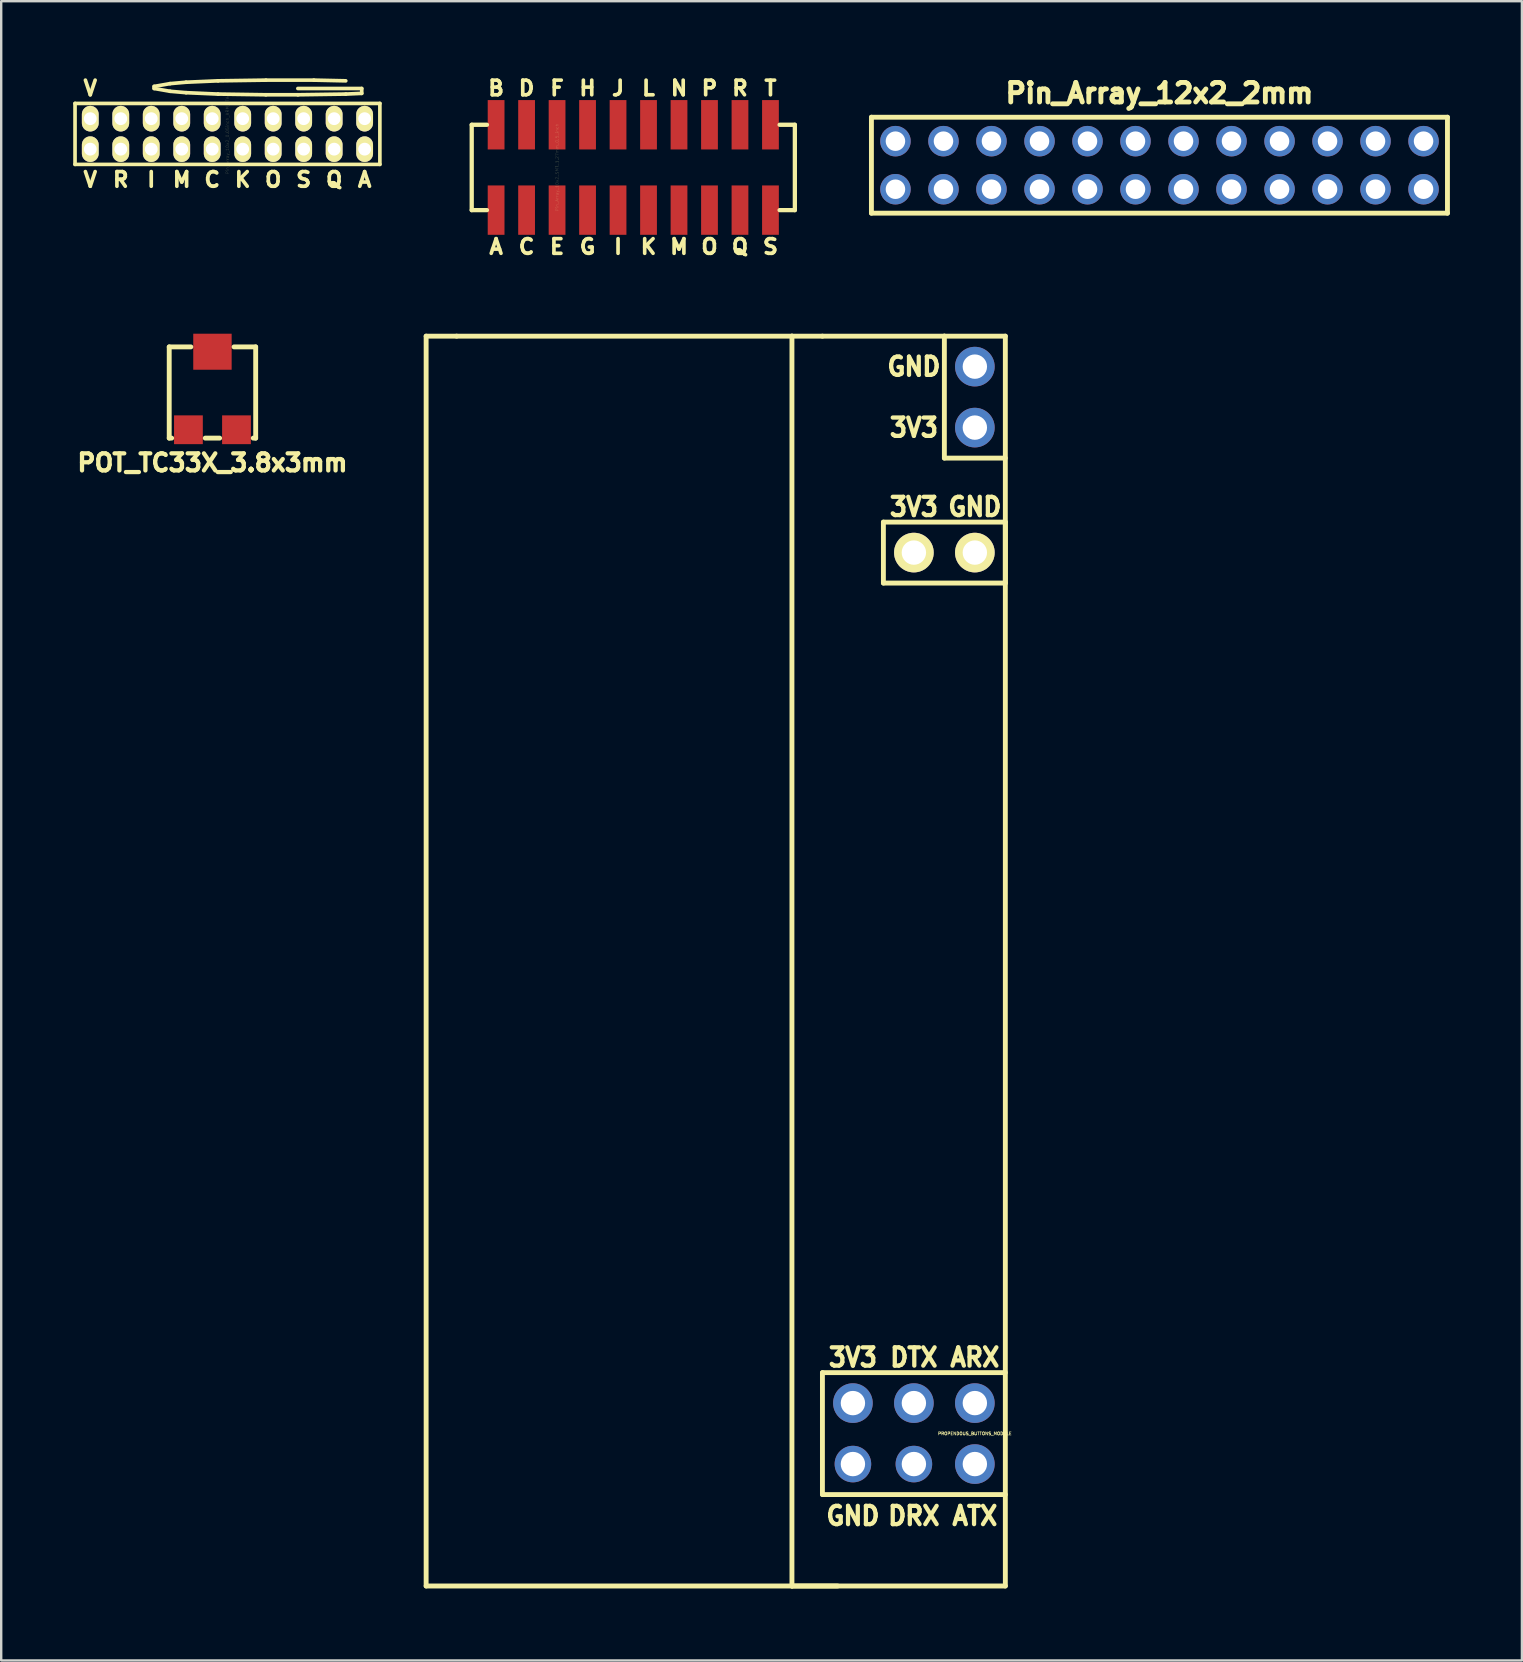
<source format=kicad_pcb>
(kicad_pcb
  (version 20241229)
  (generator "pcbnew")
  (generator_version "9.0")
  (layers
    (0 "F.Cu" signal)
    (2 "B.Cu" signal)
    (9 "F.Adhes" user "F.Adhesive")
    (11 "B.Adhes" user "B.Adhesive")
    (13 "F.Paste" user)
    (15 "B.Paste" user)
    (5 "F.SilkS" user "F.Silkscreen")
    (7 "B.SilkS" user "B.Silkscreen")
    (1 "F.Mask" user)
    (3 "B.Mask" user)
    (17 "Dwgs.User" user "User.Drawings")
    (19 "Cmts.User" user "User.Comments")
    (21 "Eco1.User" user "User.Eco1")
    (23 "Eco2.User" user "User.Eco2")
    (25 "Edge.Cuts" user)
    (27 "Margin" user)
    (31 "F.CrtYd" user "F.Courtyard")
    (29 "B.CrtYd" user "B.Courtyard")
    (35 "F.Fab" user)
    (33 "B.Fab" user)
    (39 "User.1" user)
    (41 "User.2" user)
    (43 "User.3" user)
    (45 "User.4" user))
  (footprint "Pin_Array_10x2_0.05inch_ARM_JTAG"
    (layer "F.Cu")
    (at 6.426 2.529)
    (property "Reference" "Pin_Array_10x2_0.05inch_ARM_JTAG" (at 0 0 90) (layer "F.SilkS") (effects (font (size 0.127 0.127) (thickness 0.003))))
    (attr through_hole)
    (fp_line (start -6.35 -1.27) (end -6.35 1.27) (stroke (width 0.152) (type solid)) (layer "F.SilkS"))
    (fp_line (start -6.35 1.27) (end 6.35 1.27) (stroke (width 0.152) (type solid)) (layer "F.SilkS"))
    (fp_line (start 6.35 -1.27) (end -6.35 -1.27) (stroke (width 0.152) (type solid)) (layer "F.SilkS"))
    (fp_line (start 6.35 1.27) (end 6.35 -1.27) (stroke (width 0.152) (type solid)) (layer "F.SilkS"))
    (fp_text user "K" (at 0.635 1.905 0) (layer "F.SilkS") (effects (font (size 0.61 0.61) (thickness 0.152))))
    (fp_text user "V" (at -5.715 1.905 0) (layer "F.SilkS") (effects (font (size 0.61 0.61) (thickness 0.152))))
    (fp_text user "V" (at -5.715 -1.905 0) (layer "F.SilkS") (effects (font (size 0.61 0.61) (thickness 0.152))))
    (fp_text user "S" (at 3.175 1.905 0) (layer "F.SilkS") (effects (font (size 0.61 0.61) (thickness 0.152))))
    (fp_text user "R" (at -4.445 1.905 0) (layer "F.SilkS") (effects (font (size 0.61 0.61) (thickness 0.152))))
    (fp_text user "M" (at -1.905 1.905 0) (layer "F.SilkS") (effects (font (size 0.61 0.61) (thickness 0.152))))
    (fp_text user "O" (at 1.905 1.905 0) (layer "F.SilkS") (effects (font (size 0.61 0.61) (thickness 0.152))))
    (fp_text user "C" (at -0.635 1.905 0) (layer "F.SilkS") (effects (font (size 0.61 0.61) (thickness 0.152))))
    (fp_text user "I" (at -3.175 1.905 0) (layer "F.SilkS") (effects (font (size 0.61 0.61) (thickness 0.152))))
    (fp_text user "A" (at 5.715 1.905 0) (layer "F.SilkS") (effects (font (size 0.61 0.61) (thickness 0.152))))
    (fp_text user "Q" (at 4.445 1.905 0) (layer "F.SilkS") (effects (font (size 0.61 0.61) (thickness 0.152))))
    (fp_text user "G" (at 1.27 -1.905 0) (layer "F.SilkS") (effects (font (size 0.61 13.97) (thickness 0.152))))
    (pad "1" thru_hole oval (at -5.715 0.635) (size 0.699 1.067) (drill 0.533) (layers "*.Cu" "*.Mask" "F.SilkS"))
    (pad "2" thru_hole oval (at -5.715 -0.635) (size 0.699 1.067) (drill 0.533) (layers "*.Cu" "*.Mask" "F.SilkS"))
    (pad "3" thru_hole oval (at -4.445 0.635) (size 0.699 1.067) (drill 0.533) (layers "*.Cu" "*.Mask" "F.SilkS"))
    (pad "4" thru_hole oval (at -4.445 -0.635) (size 0.699 1.067) (drill 0.533) (layers "*.Cu" "*.Mask" "F.SilkS"))
    (pad "5" thru_hole oval (at -3.175 0.635) (size 0.699 1.067) (drill 0.533) (layers "*.Cu" "*.Mask" "F.SilkS"))
    (pad "6" thru_hole oval (at -3.175 -0.635) (size 0.699 1.067) (drill 0.533) (layers "*.Cu" "*.Mask" "F.SilkS"))
    (pad "7" thru_hole oval (at -1.905 0.635) (size 0.699 1.067) (drill 0.533) (layers "*.Cu" "*.Mask" "F.SilkS"))
    (pad "8" thru_hole oval (at -1.905 -0.635) (size 0.699 1.067) (drill 0.533) (layers "*.Cu" "*.Mask" "F.SilkS"))
    (pad "9" thru_hole oval (at -0.635 0.635) (size 0.699 1.067) (drill 0.533) (layers "*.Cu" "*.Mask" "F.SilkS"))
    (pad "10" thru_hole oval (at -0.635 -0.635) (size 0.699 1.067) (drill 0.533) (layers "*.Cu" "*.Mask" "F.SilkS"))
    (pad "11" thru_hole oval (at 0.635 0.635) (size 0.699 1.067) (drill 0.533) (layers "*.Cu" "*.Mask" "F.SilkS"))
    (pad "12" thru_hole oval (at 0.635 -0.635) (size 0.699 1.067) (drill 0.533) (layers "*.Cu" "*.Mask" "F.SilkS"))
    (pad "13" thru_hole oval (at 1.905 0.635) (size 0.699 1.067) (drill 0.533) (layers "*.Cu" "*.Mask" "F.SilkS"))
    (pad "14" thru_hole oval (at 1.905 -0.635) (size 0.699 1.067) (drill 0.533) (layers "*.Cu" "*.Mask" "F.SilkS"))
    (pad "15" thru_hole oval (at 3.175 0.635) (size 0.699 1.067) (drill 0.533) (layers "*.Cu" "*.Mask" "F.SilkS"))
    (pad "16" thru_hole oval (at 3.175 -0.635) (size 0.699 1.067) (drill 0.533) (layers "*.Cu" "*.Mask" "F.SilkS"))
    (pad "17" thru_hole oval (at 4.445 0.635) (size 0.699 1.067) (drill 0.533) (layers "*.Cu" "*.Mask" "F.SilkS"))
    (pad "18" thru_hole oval (at 4.445 -0.635) (size 0.699 1.067) (drill 0.533) (layers "*.Cu" "*.Mask" "F.SilkS"))
    (pad "19" thru_hole oval (at 5.715 0.635) (size 0.699 1.067) (drill 0.533) (layers "*.Cu" "*.Mask" "F.SilkS"))
    (pad "20" thru_hole oval (at 5.715 -0.635) (size 0.699 1.067) (drill 0.533) (layers "*.Cu" "*.Mask" "F.SilkS")))
  (footprint "PROPENDOUS_BUTTONS_MODULE"
    (layer "F.Cu")
    (at 37.563 56.674)
    (property "Reference" "PROPENDOUS_BUTTONS_MODULE" (at 0 0 0) (layer "F.SilkS") (effects (font (size 0.127 0.127) (thickness 0.025))))
    (attr through_hole)
    (fp_line (start -22.86 -45.72) (end -22.86 6.35) (stroke (width 0.203) (type solid)) (layer "F.SilkS"))
    (fp_line (start -22.86 6.35) (end -7.62 6.35) (stroke (width 0.203) (type solid)) (layer "F.SilkS"))
    (fp_line (start -21.59 -45.72) (end -22.86 -45.72) (stroke (width 0.203) (type solid)) (layer "F.SilkS"))
    (fp_line (start -21.59 -45.72) (end -7.62 -45.72) (stroke (width 0.203) (type solid)) (layer "F.SilkS"))
    (fp_line (start -7.62 -45.72) (end -7.62 6.35) (stroke (width 0.203) (type solid)) (layer "F.SilkS"))
    (fp_line (start -7.62 6.35) (end -5.715 6.35) (stroke (width 0.203) (type solid)) (layer "F.SilkS"))
    (fp_line (start -6.35 -45.72) (end -7.62 -45.72) (stroke (width 0.203) (type solid)) (layer "F.SilkS"))
    (fp_line (start -6.35 -45.72) (end -1.27 -45.72) (stroke (width 0.203) (type solid)) (layer "F.SilkS"))
    (fp_line (start -6.35 -2.54) (end -6.35 2.54) (stroke (width 0.203) (type solid)) (layer "F.SilkS"))
    (fp_line (start -6.35 -2.54) (end 1.27 -2.54) (stroke (width 0.203) (type solid)) (layer "F.SilkS"))
    (fp_line (start -6.35 2.54) (end 1.27 2.54) (stroke (width 0.203) (type solid)) (layer "F.SilkS"))
    (fp_line (start -3.81 -37.973) (end -3.81 -35.433) (stroke (width 0.203) (type solid)) (layer "F.SilkS"))
    (fp_line (start -3.81 -35.433) (end 1.27 -35.433) (stroke (width 0.203) (type solid)) (layer "F.SilkS"))
    (fp_line (start -1.27 -45.72) (end -1.27 -40.64) (stroke (width 0.203) (type solid)) (layer "F.SilkS"))
    (fp_line (start -1.27 -45.72) (end 1.27 -45.72) (stroke (width 0.203) (type solid)) (layer "F.SilkS"))
    (fp_line (start -1.27 -40.64) (end 1.27 -40.64) (stroke (width 0.203) (type solid)) (layer "F.SilkS"))
    (fp_line (start 1.27 -45.72) (end 1.27 6.35) (stroke (width 0.203) (type solid)) (layer "F.SilkS"))
    (fp_line (start 1.27 -37.973) (end -3.81 -37.973) (stroke (width 0.203) (type solid)) (layer "F.SilkS"))
    (fp_line (start 1.27 -35.433) (end 1.27 -37.973) (stroke (width 0.203) (type solid)) (layer "F.SilkS"))
    (fp_line (start 1.27 6.35) (end -7.62 6.35) (stroke (width 0.203) (type solid)) (layer "F.SilkS"))
    (fp_text user "ARX" (at 0 -3.175 0) (layer "F.SilkS") (effects (font (size 0.762 0.711) (thickness 0.178))))
    (fp_text user "GND" (at 0 -38.608 0) (layer "F.SilkS") (effects (font (size 0.762 0.711) (thickness 0.178))))
    (fp_text user "GND" (at -5.08 3.429 0) (layer "F.SilkS") (effects (font (size 0.762 0.711) (thickness 0.178))))
    (fp_text user "DRX" (at -2.54 3.429 0) (layer "F.SilkS") (effects (font (size 0.762 0.711) (thickness 0.178))))
    (fp_text user "3V3" (at -2.54 -41.91 0) (layer "F.SilkS") (effects (font (size 0.762 0.711) (thickness 0.178))))
    (fp_text user "3V3" (at -5.08 -3.175 0) (layer "F.SilkS") (effects (font (size 0.762 0.711) (thickness 0.178))))
    (fp_text user "GND" (at -2.54 -44.45 0) (layer "F.SilkS") (effects (font (size 0.762 0.711) (thickness 0.178))))
    (fp_text user "3V3" (at -2.54 -38.608 0) (layer "F.SilkS") (effects (font (size 0.762 0.711) (thickness 0.178))))
    (fp_text user "ATX" (at 0 3.429 0) (layer "F.SilkS") (effects (font (size 0.762 0.711) (thickness 0.178))))
    (fp_text user "DTX" (at -2.54 -3.175 0) (layer "F.SilkS") (effects (font (size 0.762 0.711) (thickness 0.178))))
    (pad "1" thru_hole circle (at -5.08 1.27) (size 1.524 1.524) (drill 1.016) (layers "*.Cu" "*.Mask"))
    (pad "1" thru_hole circle (at 0 -44.45) (size 1.651 1.651) (drill 1.016) (layers "*.Cu" "*.Mask"))
    (pad "1" thru_hole circle (at 0 -36.703) (size 1.651 1.651) (drill 1.016) (layers "*.Cu" "*.Mask" "F.SilkS"))
    (pad "2" thru_hole circle (at -5.08 -1.27) (size 1.651 1.651) (drill 1.016) (layers "*.Cu" "*.Mask"))
    (pad "2" thru_hole circle (at -2.54 -36.703) (size 1.651 1.651) (drill 1.016) (layers "*.Cu" "*.Mask" "F.SilkS"))
    (pad "2" thru_hole circle (at 0 -41.91) (size 1.651 1.651) (drill 1.016) (layers "*.Cu" "*.Mask"))
    (pad "3" thru_hole circle (at -2.54 1.27) (size 1.524 1.524) (drill 1.016) (layers "*.Cu" "*.Mask"))
    (pad "4" thru_hole circle (at -2.54 -1.27) (size 1.651 1.651) (drill 1.016) (layers "*.Cu" "*.Mask"))
    (pad "5" thru_hole circle (at 0 1.27) (size 1.651 1.651) (drill 1.016) (layers "*.Cu" "*.Mask"))
    (pad "6" thru_hole circle (at 0 -1.27) (size 1.651 1.651) (drill 1.016) (layers "*.Cu" "*.Mask")))
  (footprint "POT_TC33X_3.8x3mm"
    (layer "F.Cu")
    (at 5.801 13.053)
    (property "Reference" "POT_TC33X_3.8x3mm" (at 0 3.175 0) (layer "F.SilkS") (effects (font (size 0.711 0.711) (thickness 0.178))))
    (attr smd)
    (fp_line (start -1.801 -1.651) (end -1.801 2.149) (stroke (width 0.203) (type solid)) (layer "F.SilkS"))
    (fp_line (start -1.801 -1.651) (end -0.899 -1.651) (stroke (width 0.203) (type solid)) (layer "F.SilkS"))
    (fp_line (start -1.801 2.149) (end -1.699 2.149) (stroke (width 0.203) (type solid)) (layer "F.SilkS"))
    (fp_line (start -0.3 2.149) (end 0.3 2.149) (stroke (width 0.203) (type solid)) (layer "F.SilkS"))
    (fp_line (start 1.801 -1.651) (end 0.899 -1.651) (stroke (width 0.203) (type solid)) (layer "F.SilkS"))
    (fp_line (start 1.801 -1.651) (end 1.801 2.149) (stroke (width 0.203) (type solid)) (layer "F.SilkS"))
    (fp_line (start 1.801 2.149) (end 1.699 2.149) (stroke (width 0.203) (type solid)) (layer "F.SilkS"))
    (pad "1" smd rect (at -1.001 1.801) (size 1.199 1.199) (layers "F.Cu" "F.Mask" "F.Paste"))
    (pad "2" smd rect (at 0 -1.45) (size 1.6 1.501) (layers "F.Cu" "F.Mask" "F.Paste"))
    (pad "3" smd rect (at 1.001 1.801) (size 1.199 1.199) (layers "F.Cu" "F.Mask" "F.Paste")))
  (footprint "Pin_Array_12x2_2mm"
    (layer "F.Cu")
    (at 45.253 3.832)
    (property "Reference" "Pin_Array_12x2_2mm" (at 0 -3 0) (layer "F.SilkS") (effects (font (size 0.813 0.813) (thickness 0.203))))
    (attr through_hole)
    (fp_line (start -11.999 -1.999) (end 11.999 -1.999) (stroke (width 0.203) (type solid)) (layer "F.SilkS"))
    (fp_line (start -11.999 1.999) (end -11.999 -1.999) (stroke (width 0.203) (type solid)) (layer "F.SilkS"))
    (fp_line (start 11.999 -1.999) (end 11.999 1.999) (stroke (width 0.203) (type solid)) (layer "F.SilkS"))
    (fp_line (start 11.999 1.999) (end -11.999 1.999) (stroke (width 0.203) (type solid)) (layer "F.SilkS"))
    (pad "1" thru_hole circle (at -10.998 -1.001) (size 1.27 1.27) (drill 0.813) (layers "*.Cu" "*.Mask"))
    (pad "2" thru_hole circle (at -10.998 1.001) (size 1.27 1.27) (drill 0.813) (layers "*.Cu" "*.Mask"))
    (pad "3" thru_hole circle (at -8.997 -1.001) (size 1.27 1.27) (drill 0.813) (layers "*.Cu" "*.Mask"))
    (pad "4" thru_hole circle (at -8.997 1.001) (size 1.27 1.27) (drill 0.813) (layers "*.Cu" "*.Mask"))
    (pad "5" thru_hole circle (at -6.998 -1.001) (size 1.27 1.27) (drill 0.813) (layers "*.Cu" "*.Mask"))
    (pad "6" thru_hole circle (at -6.998 1.001) (size 1.27 1.27) (drill 0.813) (layers "*.Cu" "*.Mask"))
    (pad "7" thru_hole circle (at -4.996 -1.001) (size 1.27 1.27) (drill 0.813) (layers "*.Cu" "*.Mask"))
    (pad "8" thru_hole circle (at -4.996 1.001) (size 1.27 1.27) (drill 0.813) (layers "*.Cu" "*.Mask"))
    (pad "9" thru_hole circle (at -2.997 -1.001) (size 1.27 1.27) (drill 0.813) (layers "*.Cu" "*.Mask"))
    (pad "10" thru_hole circle (at -2.997 1.001) (size 1.27 1.27) (drill 0.813) (layers "*.Cu" "*.Mask"))
    (pad "11" thru_hole circle (at -0.998 -1.001) (size 1.27 1.27) (drill 0.813) (layers "*.Cu" "*.Mask"))
    (pad "12" thru_hole circle (at -0.998 1.001) (size 1.27 1.27) (drill 0.813) (layers "*.Cu" "*.Mask"))
    (pad "13" thru_hole circle (at 1.003 -1.001) (size 1.27 1.27) (drill 0.813) (layers "*.Cu" "*.Mask"))
    (pad "14" thru_hole circle (at 1.003 1.001) (size 1.27 1.27) (drill 0.813) (layers "*.Cu" "*.Mask"))
    (pad "15" thru_hole circle (at 3.002 -1.001) (size 1.27 1.27) (drill 0.813) (layers "*.Cu" "*.Mask"))
    (pad "16" thru_hole circle (at 3.002 1.001) (size 1.27 1.27) (drill 0.813) (layers "*.Cu" "*.Mask"))
    (pad "17" thru_hole circle (at 5.004 -1.001) (size 1.27 1.27) (drill 0.813) (layers "*.Cu" "*.Mask"))
    (pad "18" thru_hole circle (at 5.004 1.001) (size 1.27 1.27) (drill 0.813) (layers "*.Cu" "*.Mask"))
    (pad "19" thru_hole circle (at 7.003 -1.001) (size 1.27 1.27) (drill 0.813) (layers "*.Cu" "*.Mask"))
    (pad "20" thru_hole circle (at 7.003 1.001) (size 1.27 1.27) (drill 0.813) (layers "*.Cu" "*.Mask"))
    (pad "21" thru_hole circle (at 9.002 -1.001) (size 1.27 1.27) (drill 0.813) (layers "*.Cu" "*.Mask"))
    (pad "22" thru_hole circle (at 9.002 1.001) (size 1.27 1.27) (drill 0.813) (layers "*.Cu" "*.Mask"))
    (pad "23" thru_hole circle (at 11.003 -1.001) (size 1.27 1.27) (drill 0.813) (layers "*.Cu" "*.Mask"))
    (pad "24" thru_hole circle (at 11.003 1.001) (size 1.27 1.27) (drill 0.813) (layers "*.Cu" "*.Mask")))
  (footprint "Pin_Array_10x2_SMT_1.27mm_0.5_inch"
    (layer "F.Cu")
    (at 23.333 3.926)
    (property "Reference" "Pin_Array_10x2_SMT_1.27mm_0.5_inch" (at -3.175 0 90) (layer "F.SilkS") (effects (font (size 0.127 0.127) (thickness 0.003))))
    (attr smd)
    (fp_line (start -6.731 -1.778) (end -6.731 1.778) (stroke (width 0.178) (type solid)) (layer "F.SilkS"))
    (fp_line (start -6.731 1.778) (end -6.096 1.778) (stroke (width 0.178) (type solid)) (layer "F.SilkS"))
    (fp_line (start -6.096 -1.778) (end -6.731 -1.778) (stroke (width 0.178) (type solid)) (layer "F.SilkS"))
    (fp_line (start 6.096 -1.778) (end 6.731 -1.778) (stroke (width 0.178) (type solid)) (layer "F.SilkS"))
    (fp_line (start 6.731 -1.778) (end 6.731 1.778) (stroke (width 0.178) (type solid)) (layer "F.SilkS"))
    (fp_line (start 6.731 1.778) (end 6.096 1.778) (stroke (width 0.178) (type solid)) (layer "F.SilkS"))
    (fp_text user "Q" (at 4.445 3.302 0) (layer "F.SilkS") (effects (font (size 0.61 0.61) (thickness 0.152))))
    (fp_text user "T" (at 5.715 -3.302 0) (layer "F.SilkS") (effects (font (size 0.61 0.61) (thickness 0.152))))
    (fp_text user "F" (at -3.175 -3.302 0) (layer "F.SilkS") (effects (font (size 0.61 0.61) (thickness 0.152))))
    (fp_text user "P" (at 3.175 -3.302 0) (layer "F.SilkS") (effects (font (size 0.61 0.61) (thickness 0.152))))
    (fp_text user "L" (at 0.635 -3.302 0) (layer "F.SilkS") (effects (font (size 0.61 0.61) (thickness 0.152))))
    (fp_text user "I" (at -0.635 3.302 0) (layer "F.SilkS") (effects (font (size 0.61 0.61) (thickness 0.152))))
    (fp_text user "D" (at -4.445 -3.302 0) (layer "F.SilkS") (effects (font (size 0.61 0.61) (thickness 0.152))))
    (fp_text user "R" (at 4.445 -3.302 0) (layer "F.SilkS") (effects (font (size 0.61 0.61) (thickness 0.152))))
    (fp_text user "B" (at -5.715 -3.302 0) (layer "F.SilkS") (effects (font (size 0.61 0.61) (thickness 0.152))))
    (fp_text user "K" (at 0.635 3.302 0) (layer "F.SilkS") (effects (font (size 0.61 0.61) (thickness 0.152))))
    (fp_text user "G" (at -1.905 3.302 0) (layer "F.SilkS") (effects (font (size 0.61 0.61) (thickness 0.152))))
    (fp_text user "H" (at -1.905 -3.302 0) (layer "F.SilkS") (effects (font (size 0.61 0.61) (thickness 0.152))))
    (fp_text user "C" (at -4.445 3.302 0) (layer "F.SilkS") (effects (font (size 0.61 0.61) (thickness 0.152))))
    (fp_text user "M" (at 1.905 3.302 0) (layer "F.SilkS") (effects (font (size 0.61 0.61) (thickness 0.152))))
    (fp_text user "J" (at -0.635 -3.302 0) (layer "F.SilkS") (effects (font (size 0.61 0.61) (thickness 0.152))))
    (fp_text user "E" (at -3.175 3.302 0) (layer "F.SilkS") (effects (font (size 0.61 0.61) (thickness 0.152))))
    (fp_text user "N" (at 1.905 -3.302 0) (layer "F.SilkS") (effects (font (size 0.61 0.61) (thickness 0.152))))
    (fp_text user "O" (at 3.175 3.302 0) (layer "F.SilkS") (effects (font (size 0.61 0.61) (thickness 0.152))))
    (fp_text user "S" (at 5.715 3.302 0) (layer "F.SilkS") (effects (font (size 0.61 0.61) (thickness 0.152))))
    (fp_text user "A" (at -5.715 3.302 0) (layer "F.SilkS") (effects (font (size 0.61 0.61) (thickness 0.152))))
    (pad "1" smd rect (at -5.715 1.778) (size 0.699 2.057) (layers "F.Cu" "F.Mask" "F.Paste"))
    (pad "2" smd rect (at -5.715 -1.778) (size 0.699 2.057) (layers "F.Cu" "F.Mask" "F.Paste"))
    (pad "3" smd rect (at -4.445 1.778) (size 0.699 2.057) (layers "F.Cu" "F.Mask" "F.Paste"))
    (pad "4" smd rect (at -4.445 -1.778) (size 0.699 2.057) (layers "F.Cu" "F.Mask" "F.Paste"))
    (pad "5" smd rect (at -3.175 1.778) (size 0.699 2.057) (layers "F.Cu" "F.Mask" "F.Paste"))
    (pad "6" smd rect (at -3.175 -1.778) (size 0.699 2.057) (layers "F.Cu" "F.Mask" "F.Paste"))
    (pad "7" smd rect (at -1.905 1.778) (size 0.699 2.057) (layers "F.Cu" "F.Mask" "F.Paste"))
    (pad "8" smd rect (at -1.905 -1.778) (size 0.699 2.057) (layers "F.Cu" "F.Mask" "F.Paste"))
    (pad "9" smd rect (at -0.635 1.778) (size 0.699 2.057) (layers "F.Cu" "F.Mask" "F.Paste"))
    (pad "10" smd rect (at -0.635 -1.778) (size 0.699 2.057) (layers "F.Cu" "F.Mask" "F.Paste"))
    (pad "11" smd rect (at 0.635 1.778) (size 0.699 2.057) (layers "F.Cu" "F.Mask" "F.Paste"))
    (pad "12" smd rect (at 0.635 -1.778) (size 0.699 2.057) (layers "F.Cu" "F.Mask" "F.Paste"))
    (pad "13" smd rect (at 1.905 1.778) (size 0.699 2.057) (layers "F.Cu" "F.Mask" "F.Paste"))
    (pad "14" smd rect (at 1.905 -1.778) (size 0.699 2.057) (layers "F.Cu" "F.Mask" "F.Paste"))
    (pad "15" smd rect (at 3.175 1.778) (size 0.699 2.057) (layers "F.Cu" "F.Mask" "F.Paste"))
    (pad "16" smd rect (at 3.175 -1.778) (size 0.699 2.057) (layers "F.Cu" "F.Mask" "F.Paste"))
    (pad "17" smd rect (at 4.445 1.778) (size 0.699 2.057) (layers "F.Cu" "F.Mask" "F.Paste"))
    (pad "18" smd rect (at 4.445 -1.778) (size 0.699 2.057) (layers "F.Cu" "F.Mask" "F.Paste"))
    (pad "19" smd rect (at 5.715 1.778) (size 0.699 2.057) (layers "F.Cu" "F.Mask" "F.Paste"))
    (pad "20" smd rect (at 5.715 -1.778) (size 0.699 2.057) (layers "F.Cu" "F.Mask" "F.Paste")))
  (gr_rect
    (start -3 -3)
    (end 60.354 66.125)
    (stroke (width 0.1) (type default))
    (fill no)
    (layer "Edge.Cuts")))
</source>
